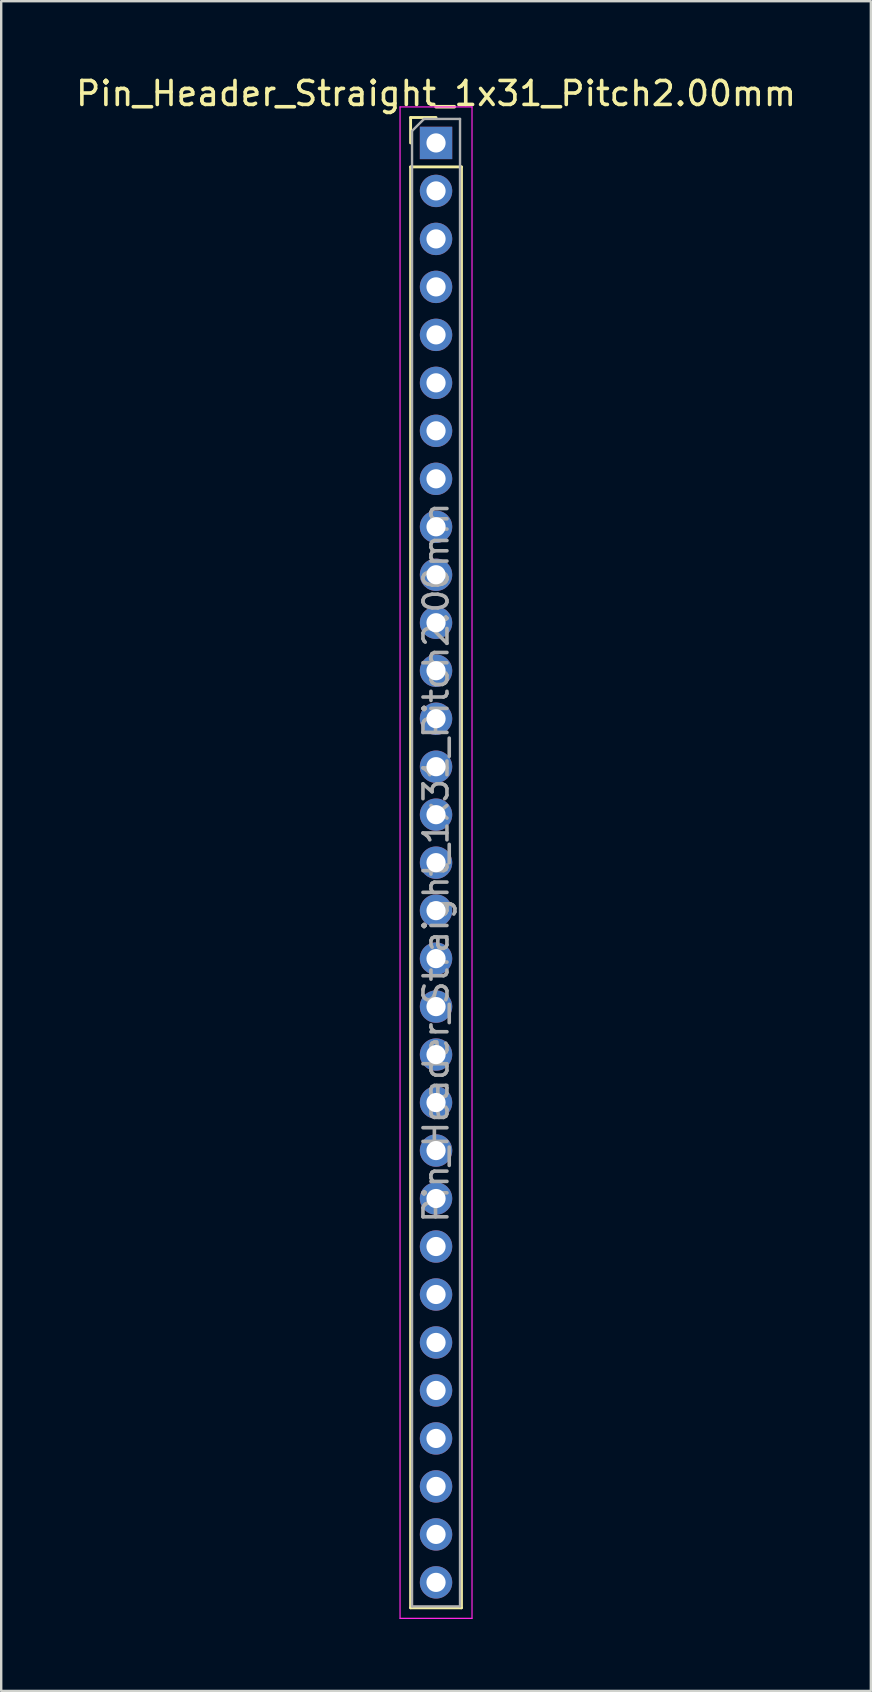
<source format=kicad_pcb>
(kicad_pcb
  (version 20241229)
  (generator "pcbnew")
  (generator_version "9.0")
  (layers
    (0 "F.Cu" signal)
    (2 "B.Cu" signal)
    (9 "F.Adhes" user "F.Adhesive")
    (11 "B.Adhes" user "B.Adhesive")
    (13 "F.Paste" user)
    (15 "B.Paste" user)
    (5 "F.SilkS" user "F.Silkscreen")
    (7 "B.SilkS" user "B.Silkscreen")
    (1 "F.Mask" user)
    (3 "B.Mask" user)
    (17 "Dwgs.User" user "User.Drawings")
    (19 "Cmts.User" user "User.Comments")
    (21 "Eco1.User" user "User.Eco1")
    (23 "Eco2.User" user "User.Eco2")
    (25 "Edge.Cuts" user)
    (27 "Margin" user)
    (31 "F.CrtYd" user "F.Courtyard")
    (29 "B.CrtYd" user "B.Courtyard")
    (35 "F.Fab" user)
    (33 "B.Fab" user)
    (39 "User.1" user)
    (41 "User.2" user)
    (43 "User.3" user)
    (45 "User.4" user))
  (footprint "Pin_Header_Straight_1x31_Pitch2.00mm"
    (layer "F.Cu")
    (at 15.125 2.908)
    (property "Reference" "Pin_Header_Straight_1x31_Pitch2.00mm" (at 0 -2.06 0) (layer "F.SilkS") (effects (font (size 1 1) (thickness 0.15))))
    (attr through_hole)
    (fp_line (start -1.06 -1.06) (end 0 -1.06) (stroke (width 0.12) (type solid)) (layer "F.SilkS"))
    (fp_line (start -1.06 0) (end -1.06 -1.06) (stroke (width 0.12) (type solid)) (layer "F.SilkS"))
    (fp_line (start -1.06 1) (end -1.06 61.06) (stroke (width 0.12) (type solid)) (layer "F.SilkS"))
    (fp_line (start -1.06 61.06) (end 1.06 61.06) (stroke (width 0.12) (type solid)) (layer "F.SilkS"))
    (fp_line (start 1.06 1) (end -1.06 1) (stroke (width 0.12) (type solid)) (layer "F.SilkS"))
    (fp_line (start 1.06 61.06) (end 1.06 1) (stroke (width 0.12) (type solid)) (layer "F.SilkS"))
    (fp_line (start -1.5 -1.5) (end -1.5 61.5) (stroke (width 0.05) (type solid)) (layer "F.CrtYd"))
    (fp_line (start -1.5 61.5) (end 1.5 61.5) (stroke (width 0.05) (type solid)) (layer "F.CrtYd"))
    (fp_line (start 1.5 -1.5) (end -1.5 -1.5) (stroke (width 0.05) (type solid)) (layer "F.CrtYd"))
    (fp_line (start 1.5 61.5) (end 1.5 -1.5) (stroke (width 0.05) (type solid)) (layer "F.CrtYd"))
    (fp_line (start -1 -0.5) (end -0.5 -1) (stroke (width 0.1) (type solid)) (layer "F.Fab"))
    (fp_line (start -1 61) (end -1 -0.5) (stroke (width 0.1) (type solid)) (layer "F.Fab"))
    (fp_line (start -0.5 -1) (end 1 -1) (stroke (width 0.1) (type solid)) (layer "F.Fab"))
    (fp_line (start 1 -1) (end 1 61) (stroke (width 0.1) (type solid)) (layer "F.Fab"))
    (fp_line (start 1 61) (end -1 61) (stroke (width 0.1) (type solid)) (layer "F.Fab"))
    (fp_text user "${REFERENCE}" (at 0 30 90) (layer "F.Fab") (effects (font (size 1 1) (thickness 0.15))))
    (pad "1" thru_hole rect (at 0 0) (size 1.35 1.35) (drill 0.8) (layers "*.Cu" "*.Mask"))
    (pad "2" thru_hole oval (at 0 2) (size 1.35 1.35) (drill 0.8) (layers "*.Cu" "*.Mask"))
    (pad "3" thru_hole oval (at 0 4) (size 1.35 1.35) (drill 0.8) (layers "*.Cu" "*.Mask"))
    (pad "4" thru_hole oval (at 0 6) (size 1.35 1.35) (drill 0.8) (layers "*.Cu" "*.Mask"))
    (pad "5" thru_hole oval (at 0 8) (size 1.35 1.35) (drill 0.8) (layers "*.Cu" "*.Mask"))
    (pad "6" thru_hole oval (at 0 10) (size 1.35 1.35) (drill 0.8) (layers "*.Cu" "*.Mask"))
    (pad "7" thru_hole oval (at 0 12) (size 1.35 1.35) (drill 0.8) (layers "*.Cu" "*.Mask"))
    (pad "8" thru_hole oval (at 0 14) (size 1.35 1.35) (drill 0.8) (layers "*.Cu" "*.Mask"))
    (pad "9" thru_hole oval (at 0 16) (size 1.35 1.35) (drill 0.8) (layers "*.Cu" "*.Mask"))
    (pad "10" thru_hole oval (at 0 18) (size 1.35 1.35) (drill 0.8) (layers "*.Cu" "*.Mask"))
    (pad "11" thru_hole oval (at 0 20) (size 1.35 1.35) (drill 0.8) (layers "*.Cu" "*.Mask"))
    (pad "12" thru_hole oval (at 0 22) (size 1.35 1.35) (drill 0.8) (layers "*.Cu" "*.Mask"))
    (pad "13" thru_hole oval (at 0 24) (size 1.35 1.35) (drill 0.8) (layers "*.Cu" "*.Mask"))
    (pad "14" thru_hole oval (at 0 26) (size 1.35 1.35) (drill 0.8) (layers "*.Cu" "*.Mask"))
    (pad "15" thru_hole oval (at 0 28) (size 1.35 1.35) (drill 0.8) (layers "*.Cu" "*.Mask"))
    (pad "16" thru_hole oval (at 0 30) (size 1.35 1.35) (drill 0.8) (layers "*.Cu" "*.Mask"))
    (pad "17" thru_hole oval (at 0 32) (size 1.35 1.35) (drill 0.8) (layers "*.Cu" "*.Mask"))
    (pad "18" thru_hole oval (at 0 34) (size 1.35 1.35) (drill 0.8) (layers "*.Cu" "*.Mask"))
    (pad "19" thru_hole oval (at 0 36) (size 1.35 1.35) (drill 0.8) (layers "*.Cu" "*.Mask"))
    (pad "20" thru_hole oval (at 0 38) (size 1.35 1.35) (drill 0.8) (layers "*.Cu" "*.Mask"))
    (pad "21" thru_hole oval (at 0 40) (size 1.35 1.35) (drill 0.8) (layers "*.Cu" "*.Mask"))
    (pad "22" thru_hole oval (at 0 42) (size 1.35 1.35) (drill 0.8) (layers "*.Cu" "*.Mask"))
    (pad "23" thru_hole oval (at 0 44) (size 1.35 1.35) (drill 0.8) (layers "*.Cu" "*.Mask"))
    (pad "24" thru_hole oval (at 0 46) (size 1.35 1.35) (drill 0.8) (layers "*.Cu" "*.Mask"))
    (pad "25" thru_hole oval (at 0 48) (size 1.35 1.35) (drill 0.8) (layers "*.Cu" "*.Mask"))
    (pad "26" thru_hole oval (at 0 50) (size 1.35 1.35) (drill 0.8) (layers "*.Cu" "*.Mask"))
    (pad "27" thru_hole oval (at 0 52) (size 1.35 1.35) (drill 0.8) (layers "*.Cu" "*.Mask"))
    (pad "28" thru_hole oval (at 0 54) (size 1.35 1.35) (drill 0.8) (layers "*.Cu" "*.Mask"))
    (pad "29" thru_hole oval (at 0 56) (size 1.35 1.35) (drill 0.8) (layers "*.Cu" "*.Mask"))
    (pad "30" thru_hole oval (at 0 58) (size 1.35 1.35) (drill 0.8) (layers "*.Cu" "*.Mask"))
    (pad "31" thru_hole oval (at 0 60) (size 1.35 1.35) (drill 0.8) (layers "*.Cu" "*.Mask")))
  (gr_rect
    (start -3 -3)
    (end 33.25 67.433)
    (stroke (width 0.1) (type default))
    (fill no)
    (layer "Edge.Cuts")))
</source>
